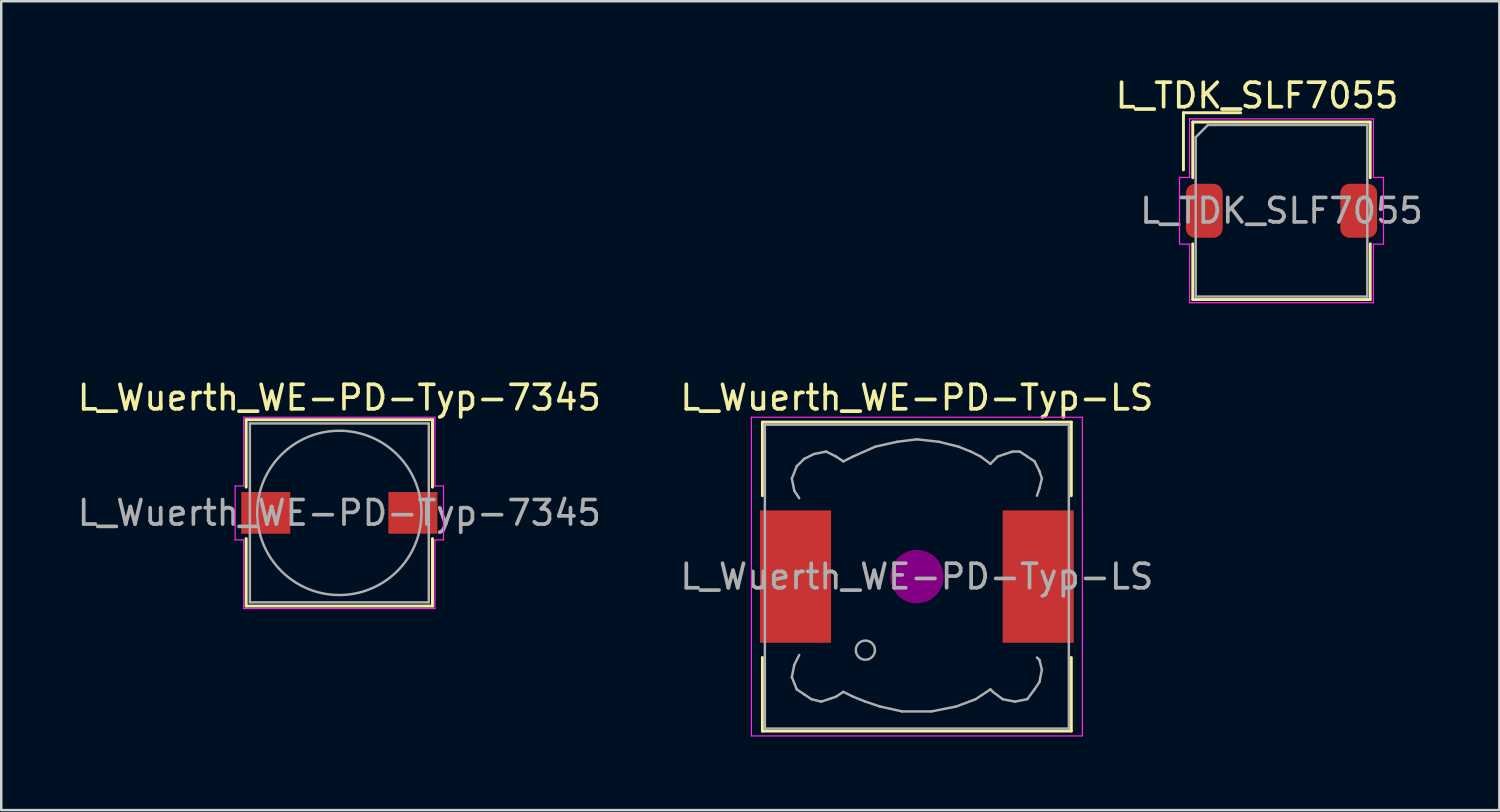
<source format=kicad_pcb>
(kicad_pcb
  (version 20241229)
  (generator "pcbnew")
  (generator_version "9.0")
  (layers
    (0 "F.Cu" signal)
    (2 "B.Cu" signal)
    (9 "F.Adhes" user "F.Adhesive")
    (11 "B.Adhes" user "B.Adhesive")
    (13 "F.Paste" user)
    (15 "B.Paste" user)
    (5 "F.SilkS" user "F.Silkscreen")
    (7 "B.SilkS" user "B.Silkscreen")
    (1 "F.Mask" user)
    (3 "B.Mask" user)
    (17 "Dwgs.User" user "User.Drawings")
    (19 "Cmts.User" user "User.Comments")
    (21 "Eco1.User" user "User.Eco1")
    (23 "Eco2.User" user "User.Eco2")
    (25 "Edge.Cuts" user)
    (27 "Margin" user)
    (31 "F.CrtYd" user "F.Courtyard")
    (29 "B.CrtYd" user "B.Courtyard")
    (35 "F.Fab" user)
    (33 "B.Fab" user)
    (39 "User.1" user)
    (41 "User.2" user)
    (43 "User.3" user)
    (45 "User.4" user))
  (footprint "L_Wuerth_WE-PD-Typ-LS"
    (layer "F.Cu")
    (at 34.351 20.471)
    (property "Reference" "L_Wuerth_WE-PD-Typ-LS" (at 0 -7.3 0) (layer "F.SilkS") (effects (font (size 1 1) (thickness 0.15))))
    (attr smd)
    (fp_line (start -6.3 -6.3) (end 6.3 -6.3) (stroke (width 0.12) (type solid)) (layer "F.SilkS"))
    (fp_line (start -6.3 -3.3) (end -6.3 -6.3) (stroke (width 0.12) (type solid)) (layer "F.SilkS"))
    (fp_line (start -6.3 6.3) (end -6.3 3.3) (stroke (width 0.12) (type solid)) (layer "F.SilkS"))
    (fp_line (start 6.3 -6.3) (end 6.3 -3.3) (stroke (width 0.12) (type solid)) (layer "F.SilkS"))
    (fp_line (start 6.3 3.3) (end 6.3 6.3) (stroke (width 0.12) (type solid)) (layer "F.SilkS"))
    (fp_line (start 6.3 6.3) (end -6.3 6.3) (stroke (width 0.12) (type solid)) (layer "F.SilkS"))
    (fp_circle (center 0 0) (end 0.15 0.15) (stroke (width 0.38) (type solid)) (fill no) (layer "F.Adhes"))
    (fp_circle (center 0 0) (end 0.55 0) (stroke (width 0.38) (type solid)) (fill no) (layer "F.Adhes"))
    (fp_circle (center 0 0) (end 0.9 0) (stroke (width 0.38) (type solid)) (fill no) (layer "F.Adhes"))
    (fp_line (start -6.75 -6.5) (end 6.75 -6.5) (stroke (width 0.05) (type solid)) (layer "F.CrtYd"))
    (fp_line (start -6.75 6.5) (end -6.75 -6.5) (stroke (width 0.05) (type solid)) (layer "F.CrtYd"))
    (fp_line (start 6.75 -6.5) (end 6.75 6.5) (stroke (width 0.05) (type solid)) (layer "F.CrtYd"))
    (fp_line (start 6.75 6.5) (end -6.75 6.5) (stroke (width 0.05) (type solid)) (layer "F.CrtYd"))
    (fp_line (start -6.2 -6.2) (end -6.2 6.2) (stroke (width 0.1) (type solid)) (layer "F.Fab"))
    (fp_line (start -6.2 6.2) (end 6.2 6.2) (stroke (width 0.1) (type solid)) (layer "F.Fab"))
    (fp_line (start -5.1 -4) (end -5 -3.5) (stroke (width 0.1) (type solid)) (layer "F.Fab"))
    (fp_line (start -5.1 4.1) (end -5 3.6) (stroke (width 0.1) (type solid)) (layer "F.Fab"))
    (fp_line (start -5 -3.5) (end -4.8 -3.2) (stroke (width 0.1) (type solid)) (layer "F.Fab"))
    (fp_line (start -5 3.6) (end -4.8 3.2) (stroke (width 0.1) (type solid)) (layer "F.Fab"))
    (fp_line (start -4.9 -4.5) (end -5.1 -4) (stroke (width 0.1) (type solid)) (layer "F.Fab"))
    (fp_line (start -4.9 4.6) (end -5.1 4.1) (stroke (width 0.1) (type solid)) (layer "F.Fab"))
    (fp_line (start -4.6 -4.8) (end -4.9 -4.5) (stroke (width 0.1) (type solid)) (layer "F.Fab"))
    (fp_line (start -4.6 4.8) (end -4.9 4.6) (stroke (width 0.1) (type solid)) (layer "F.Fab"))
    (fp_line (start -4.3 5) (end -4.6 4.8) (stroke (width 0.1) (type solid)) (layer "F.Fab"))
    (fp_line (start -4.2 -5) (end -4.6 -4.8) (stroke (width 0.1) (type solid)) (layer "F.Fab"))
    (fp_line (start -3.9 5.1) (end -4.3 5) (stroke (width 0.1) (type solid)) (layer "F.Fab"))
    (fp_line (start -3.7 -5.1) (end -4.2 -5) (stroke (width 0.1) (type solid)) (layer "F.Fab"))
    (fp_line (start -3.3 -4.9) (end -3.7 -5.1) (stroke (width 0.1) (type solid)) (layer "F.Fab"))
    (fp_line (start -3.3 4.9) (end -3.9 5.1) (stroke (width 0.1) (type solid)) (layer "F.Fab"))
    (fp_line (start -3 -4.7) (end -3.3 -4.9) (stroke (width 0.1) (type solid)) (layer "F.Fab"))
    (fp_line (start -3 4.7) (end -3.3 4.9) (stroke (width 0.1) (type solid)) (layer "F.Fab"))
    (fp_line (start -2.6 -4.9) (end -3 -4.7) (stroke (width 0.1) (type solid)) (layer "F.Fab"))
    (fp_line (start -2.6 4.9) (end -3 4.7) (stroke (width 0.1) (type solid)) (layer "F.Fab"))
    (fp_line (start -2.1 5.1) (end -2.6 4.9) (stroke (width 0.1) (type solid)) (layer "F.Fab"))
    (fp_line (start -1.7 -5.3) (end -2.6 -4.9) (stroke (width 0.1) (type solid)) (layer "F.Fab"))
    (fp_line (start -1.5 5.3) (end -2.1 5.1) (stroke (width 0.1) (type solid)) (layer "F.Fab"))
    (fp_line (start -0.8 -5.5) (end -1.7 -5.3) (stroke (width 0.1) (type solid)) (layer "F.Fab"))
    (fp_line (start -0.6 5.5) (end -1.5 5.3) (stroke (width 0.1) (type solid)) (layer "F.Fab"))
    (fp_line (start 0 -5.6) (end -0.8 -5.5) (stroke (width 0.1) (type solid)) (layer "F.Fab"))
    (fp_line (start 0.6 5.5) (end -0.6 5.5) (stroke (width 0.1) (type solid)) (layer "F.Fab"))
    (fp_line (start 0.9 -5.5) (end 0 -5.6) (stroke (width 0.1) (type solid)) (layer "F.Fab"))
    (fp_line (start 1.6 5.3) (end 0.6 5.5) (stroke (width 0.1) (type solid)) (layer "F.Fab"))
    (fp_line (start 1.7 -5.3) (end 0.9 -5.5) (stroke (width 0.1) (type solid)) (layer "F.Fab"))
    (fp_line (start 2.2 -5.1) (end 1.7 -5.3) (stroke (width 0.1) (type solid)) (layer "F.Fab"))
    (fp_line (start 2.4 5) (end 1.6 5.3) (stroke (width 0.1) (type solid)) (layer "F.Fab"))
    (fp_line (start 2.6 -4.9) (end 2.2 -5.1) (stroke (width 0.1) (type solid)) (layer "F.Fab"))
    (fp_line (start 3 -4.6) (end 2.6 -4.9) (stroke (width 0.1) (type solid)) (layer "F.Fab"))
    (fp_line (start 3 4.6) (end 2.4 5) (stroke (width 0.1) (type solid)) (layer "F.Fab"))
    (fp_line (start 3.1 4.7) (end 3 4.6) (stroke (width 0.1) (type solid)) (layer "F.Fab"))
    (fp_line (start 3.3 -4.9) (end 3 -4.6) (stroke (width 0.1) (type solid)) (layer "F.Fab"))
    (fp_line (start 3.5 5) (end 3.1 4.7) (stroke (width 0.1) (type solid)) (layer "F.Fab"))
    (fp_line (start 3.6 -5) (end 3.3 -4.9) (stroke (width 0.1) (type solid)) (layer "F.Fab"))
    (fp_line (start 3.9 -5.1) (end 3.6 -5) (stroke (width 0.1) (type solid)) (layer "F.Fab"))
    (fp_line (start 4 5.1) (end 3.5 5) (stroke (width 0.1) (type solid)) (layer "F.Fab"))
    (fp_line (start 4.2 -5.1) (end 3.9 -5.1) (stroke (width 0.1) (type solid)) (layer "F.Fab"))
    (fp_line (start 4.5 -4.9) (end 4.2 -5.1) (stroke (width 0.1) (type solid)) (layer "F.Fab"))
    (fp_line (start 4.5 5) (end 4 5.1) (stroke (width 0.1) (type solid)) (layer "F.Fab"))
    (fp_line (start 4.8 -4.7) (end 4.5 -4.9) (stroke (width 0.1) (type solid)) (layer "F.Fab"))
    (fp_line (start 4.8 4.6) (end 4.5 5) (stroke (width 0.1) (type solid)) (layer "F.Fab"))
    (fp_line (start 4.9 -3.3) (end 5 -3.6) (stroke (width 0.1) (type solid)) (layer "F.Fab"))
    (fp_line (start 4.9 3.3) (end 5 3.4) (stroke (width 0.1) (type solid)) (layer "F.Fab"))
    (fp_line (start 5 -4.3) (end 4.8 -4.7) (stroke (width 0.1) (type solid)) (layer "F.Fab"))
    (fp_line (start 5 -3.6) (end 5.1 -4) (stroke (width 0.1) (type solid)) (layer "F.Fab"))
    (fp_line (start 5 3.4) (end 5.1 3.8) (stroke (width 0.1) (type solid)) (layer "F.Fab"))
    (fp_line (start 5 4.3) (end 4.8 4.6) (stroke (width 0.1) (type solid)) (layer "F.Fab"))
    (fp_line (start 5.1 -4) (end 5 -4.3) (stroke (width 0.1) (type solid)) (layer "F.Fab"))
    (fp_line (start 5.1 3.8) (end 5 4.3) (stroke (width 0.1) (type solid)) (layer "F.Fab"))
    (fp_line (start 6.2 -6.2) (end -6.2 -6.2) (stroke (width 0.1) (type solid)) (layer "F.Fab"))
    (fp_line (start 6.2 6.2) (end 6.2 -6.2) (stroke (width 0.1) (type solid)) (layer "F.Fab"))
    (fp_circle (center -2.1 3) (end -1.8 3.25) (stroke (width 0.1) (type solid)) (fill no) (layer "F.Fab"))
    (fp_text user "${REFERENCE}" (at 0 0 0) (layer "F.Fab") (effects (font (size 1 1) (thickness 0.15))))
    (pad "1" smd rect (at -4.95 0) (size 2.9 5.4) (layers "F.Cu" "F.Mask" "F.Paste"))
    (pad "2" smd rect (at 4.95 0) (size 2.9 5.4) (layers "F.Cu" "F.Mask" "F.Paste")))
  (footprint "L_Wuerth_WE-PD-Typ-7345"
    (layer "F.Cu")
    (at 10.792 17.872)
    (property "Reference" "L_Wuerth_WE-PD-Typ-7345" (at 0 -4.7 0) (layer "F.SilkS") (effects (font (size 1 1) (thickness 0.15))))
    (attr smd)
    (fp_line (start -3.8 -3.8) (end 3.8 -3.8) (stroke (width 0.12) (type solid)) (layer "F.SilkS"))
    (fp_line (start -3.8 -1.05) (end -3.8 -3.8) (stroke (width 0.12) (type solid)) (layer "F.SilkS"))
    (fp_line (start -3.8 3.8) (end -3.8 1.05) (stroke (width 0.12) (type solid)) (layer "F.SilkS"))
    (fp_line (start -3.8 3.8) (end 3.8 3.8) (stroke (width 0.12) (type solid)) (layer "F.SilkS"))
    (fp_line (start 3.8 -1.05) (end 3.8 -3.8) (stroke (width 0.12) (type solid)) (layer "F.SilkS"))
    (fp_line (start 3.8 3.8) (end 3.8 1.05) (stroke (width 0.12) (type solid)) (layer "F.SilkS"))
    (fp_line (start -4.25 -1.1) (end -3.9 -1.1) (stroke (width 0.05) (type solid)) (layer "F.CrtYd"))
    (fp_line (start -4.25 1.1) (end -4.25 -1.1) (stroke (width 0.05) (type solid)) (layer "F.CrtYd"))
    (fp_line (start -4.25 1.1) (end -3.9 1.1) (stroke (width 0.05) (type solid)) (layer "F.CrtYd"))
    (fp_line (start -3.9 -3.9) (end 3.9 -3.9) (stroke (width 0.05) (type solid)) (layer "F.CrtYd"))
    (fp_line (start -3.9 -1.1) (end -3.9 -3.9) (stroke (width 0.05) (type solid)) (layer "F.CrtYd"))
    (fp_line (start -3.9 3.9) (end -3.9 1.1) (stroke (width 0.05) (type solid)) (layer "F.CrtYd"))
    (fp_line (start 3.9 -1.1) (end 3.9 -3.9) (stroke (width 0.05) (type solid)) (layer "F.CrtYd"))
    (fp_line (start 3.9 -1.1) (end 4.25 -1.1) (stroke (width 0.05) (type solid)) (layer "F.CrtYd"))
    (fp_line (start 3.9 1.1) (end 4.25 1.1) (stroke (width 0.05) (type solid)) (layer "F.CrtYd"))
    (fp_line (start 3.9 3.9) (end -3.9 3.9) (stroke (width 0.05) (type solid)) (layer "F.CrtYd"))
    (fp_line (start 3.9 3.9) (end 3.9 1.1) (stroke (width 0.05) (type solid)) (layer "F.CrtYd"))
    (fp_line (start 4.25 1.1) (end 4.25 -1.1) (stroke (width 0.05) (type solid)) (layer "F.CrtYd"))
    (fp_line (start -3.65 -3.65) (end -3.65 3.65) (stroke (width 0.1) (type solid)) (layer "F.Fab"))
    (fp_line (start -3.65 3.65) (end 3.65 3.65) (stroke (width 0.1) (type solid)) (layer "F.Fab"))
    (fp_line (start 3.65 -3.65) (end -3.65 -3.65) (stroke (width 0.1) (type solid)) (layer "F.Fab"))
    (fp_line (start 3.65 3.65) (end 3.65 -3.65) (stroke (width 0.1) (type solid)) (layer "F.Fab"))
    (fp_circle (center 0 0) (end 3.35 -0.05) (stroke (width 0.1) (type solid)) (fill no) (layer "F.Fab"))
    (fp_text user "${REFERENCE}" (at 0 0 0) (layer "F.Fab") (effects (font (size 1 1) (thickness 0.15))))
    (pad "1" smd rect (at -3 0) (size 2 1.7) (layers "F.Cu" "F.Mask" "F.Paste"))
    (pad "2" smd rect (at 3 0) (size 2 1.7) (layers "F.Cu" "F.Mask" "F.Paste")))
  (footprint "L_TDK_SLF7055"
    (layer "F.Cu")
    (at 49.225 5.548)
    (property "Reference" "L_TDK_SLF7055" (at -1 -4.7 0) (layer "F.SilkS") (effects (font (size 1 1) (thickness 0.15))))
    (attr smd)
    (fp_line (start -4 -4) (end -1.667 -4) (stroke (width 0.12) (type solid)) (layer "F.SilkS"))
    (fp_line (start -4 -1.667) (end -4 -4) (stroke (width 0.12) (type solid)) (layer "F.SilkS"))
    (fp_line (start -3.62 -3.62) (end -3.62 -1.35) (stroke (width 0.12) (type solid)) (layer "F.SilkS"))
    (fp_line (start -3.62 -3.62) (end 3.62 -3.62) (stroke (width 0.12) (type solid)) (layer "F.SilkS"))
    (fp_line (start -3.62 1.35) (end -3.62 3.62) (stroke (width 0.12) (type solid)) (layer "F.SilkS"))
    (fp_line (start -3.62 3.62) (end 3.62 3.62) (stroke (width 0.12) (type solid)) (layer "F.SilkS"))
    (fp_line (start 3.62 -3.62) (end 3.62 -1.35) (stroke (width 0.12) (type solid)) (layer "F.SilkS"))
    (fp_line (start 3.62 1.35) (end 3.62 3.62) (stroke (width 0.12) (type solid)) (layer "F.SilkS"))
    (fp_line (start -4.16 -1.36) (end -4.16 1.36) (stroke (width 0.05) (type solid)) (layer "F.CrtYd"))
    (fp_line (start -4.16 1.36) (end -3.75 1.36) (stroke (width 0.05) (type solid)) (layer "F.CrtYd"))
    (fp_line (start -3.75 -3.75) (end -3.75 -1.36) (stroke (width 0.05) (type solid)) (layer "F.CrtYd"))
    (fp_line (start -3.75 -3.75) (end 3.75 -3.75) (stroke (width 0.05) (type solid)) (layer "F.CrtYd"))
    (fp_line (start -3.75 -1.36) (end -4.16 -1.36) (stroke (width 0.05) (type solid)) (layer "F.CrtYd"))
    (fp_line (start -3.75 1.36) (end -3.75 3.75) (stroke (width 0.05) (type solid)) (layer "F.CrtYd"))
    (fp_line (start -3.75 3.75) (end 3.75 3.75) (stroke (width 0.05) (type solid)) (layer "F.CrtYd"))
    (fp_line (start 3.75 -3.75) (end 3.75 -1.36) (stroke (width 0.05) (type solid)) (layer "F.CrtYd"))
    (fp_line (start 3.75 -1.36) (end 4.16 -1.36) (stroke (width 0.05) (type solid)) (layer "F.CrtYd"))
    (fp_line (start 3.75 1.36) (end 3.75 3.75) (stroke (width 0.05) (type solid)) (layer "F.CrtYd"))
    (fp_line (start 4.16 -1.36) (end 4.16 1.36) (stroke (width 0.05) (type solid)) (layer "F.CrtYd"))
    (fp_line (start 4.16 1.36) (end 3.75 1.36) (stroke (width 0.05) (type solid)) (layer "F.CrtYd"))
    (fp_line (start -3.5 -3) (end -3 -3.5) (stroke (width 0.1) (type solid)) (layer "F.Fab"))
    (fp_line (start -3.5 3.5) (end -3.5 -3) (stroke (width 0.1) (type solid)) (layer "F.Fab"))
    (fp_line (start -3 -3.5) (end 3.5 -3.5) (stroke (width 0.1) (type solid)) (layer "F.Fab"))
    (fp_line (start 3.5 -3.5) (end 3.5 3.5) (stroke (width 0.1) (type solid)) (layer "F.Fab"))
    (fp_line (start 3.5 3.5) (end -3.5 3.5) (stroke (width 0.1) (type solid)) (layer "F.Fab"))
    (fp_text user "" (at -49 0.05 0) (layer "F.SilkS") (effects (font (size 3 3) (thickness 0.15))))
    (fp_text user "${REFERENCE}" (at 0 0 0) (layer "F.Fab") (effects (font (size 1 1) (thickness 0.15))))
    (pad "1" smd roundrect (at -3.15 0) (size 1.5 2.2) (layers "F.Cu" "F.Mask" "F.Paste") (roundrect_rratio 0.25))
    (pad "2" smd roundrect (at 3.15 0) (size 1.5 2.2) (layers "F.Cu" "F.Mask" "F.Paste") (roundrect_rratio 0.25)))
  (gr_rect
    (start -3 -3)
    (end 58.112 29.997)
    (stroke (width 0.1) (type default))
    (fill no)
    (layer "Edge.Cuts")))
</source>
